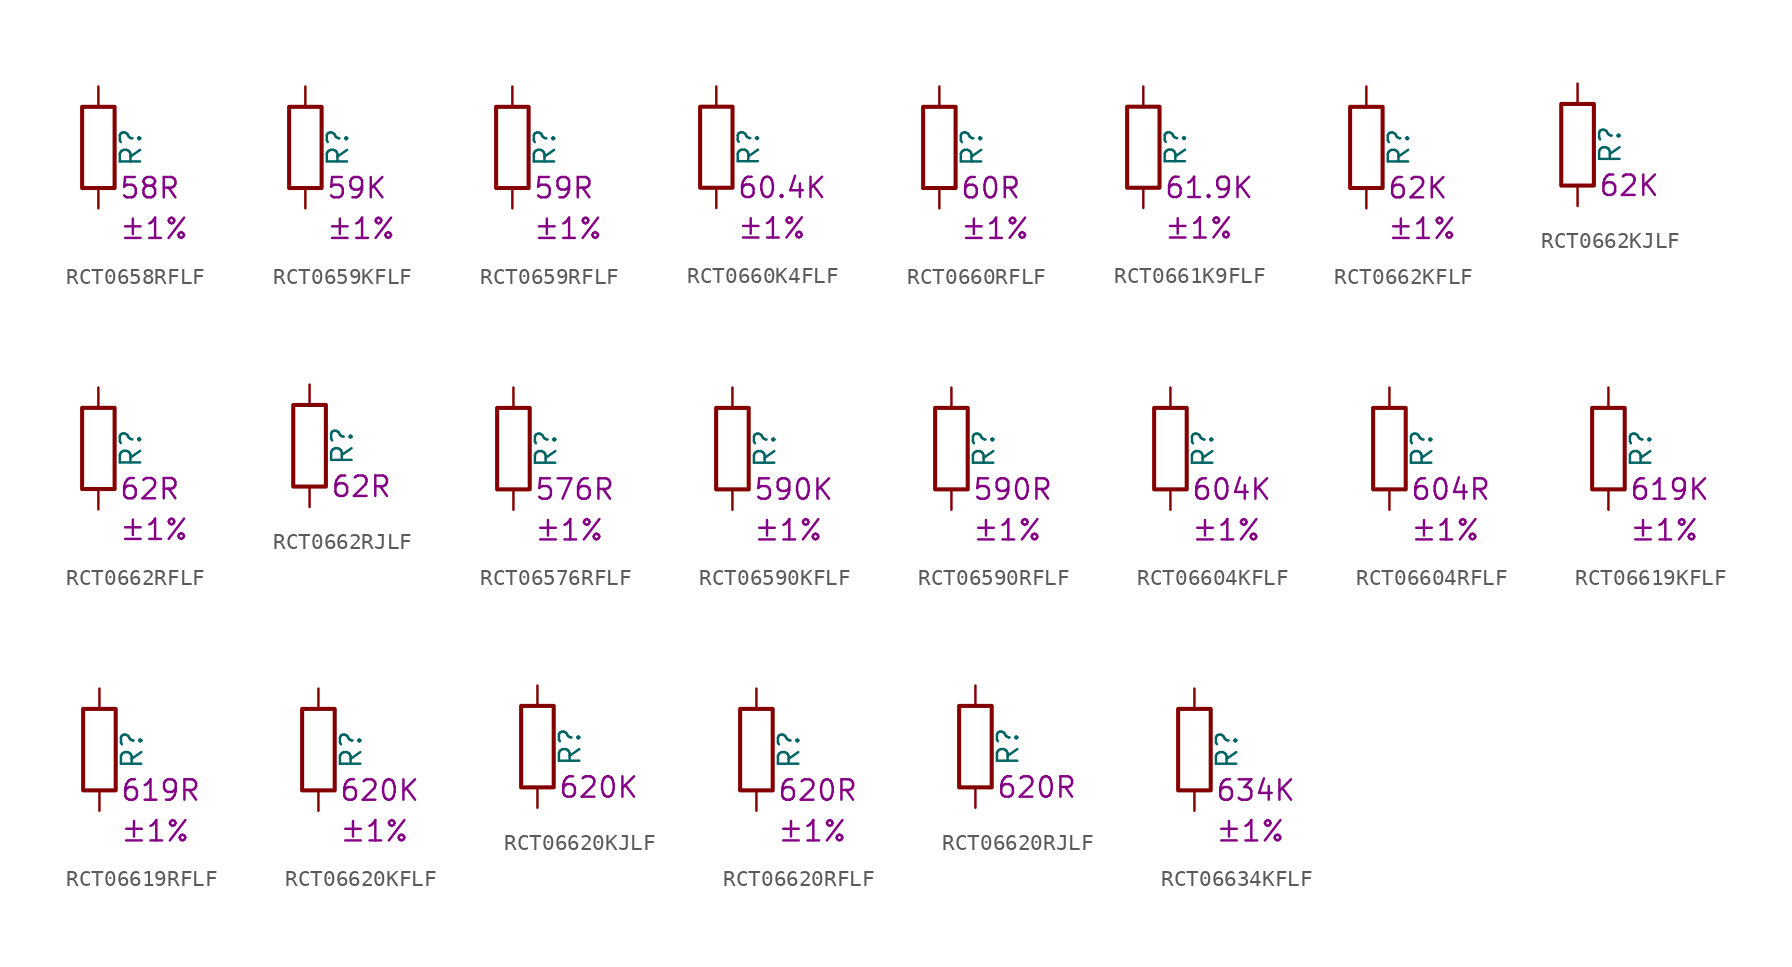
<source format=kicad_sym>
(kicad_symbol_lib
  (version 20220914)
  (generator kicad_symbol_editor)
  (symbol "RCT0658RFLF"
    (pin_numbers hide)
    (pin_names
      (offset 0))
    (property "Reference" "R"
      (at 2.032 0 90)
      (effects (font (size 1.27 1.27))))
    (property "Resistance" "58R"
      (at 1.27 -2.54 0)
      (effects (font (size 1.27 1.27)) (justify left)))
    (property "Tolerance" "±1%"
      (at 1.27 -5.08 0)
      (effects (font (size 1.27 1.27)) (justify left)))
    (symbol "RCT0658RFLF_0_1"
      (rectangle (start -1.016 -2.54) (end 1.016 2.54) (stroke (width 0.254) (type default)) (fill (type none))))
    (symbol "RCT0658RFLF_1_1"
      (pin passive line (at 0 3.81 270) (length 1.27) (name "~" (effects (font (size 1.27 1.27)))) (number "1" (effects (font (size 1.27 1.27)))))
      (pin passive line (at 0 -3.81 90) (length 1.27) (name "~" (effects (font (size 1.27 1.27)))) (number "2" (effects (font (size 1.27 1.27)))))))
  (symbol "RCT0659KFLF"
    (pin_numbers hide)
    (pin_names
      (offset 0))
    (property "Reference" "R"
      (at 2.032 0 90)
      (effects (font (size 1.27 1.27))))
    (property "Resistance" "59K"
      (at 1.27 -2.54 0)
      (effects (font (size 1.27 1.27)) (justify left)))
    (property "Tolerance" "±1%"
      (at 1.27 -5.08 0)
      (effects (font (size 1.27 1.27)) (justify left)))
    (symbol "RCT0659KFLF_0_1"
      (rectangle (start -1.016 -2.54) (end 1.016 2.54) (stroke (width 0.254) (type default)) (fill (type none))))
    (symbol "RCT0659KFLF_1_1"
      (pin passive line (at 0 3.81 270) (length 1.27) (name "~" (effects (font (size 1.27 1.27)))) (number "1" (effects (font (size 1.27 1.27)))))
      (pin passive line (at 0 -3.81 90) (length 1.27) (name "~" (effects (font (size 1.27 1.27)))) (number "2" (effects (font (size 1.27 1.27)))))))
  (symbol "RCT0659RFLF"
    (pin_numbers hide)
    (pin_names
      (offset 0))
    (property "Reference" "R"
      (at 2.032 0 90)
      (effects (font (size 1.27 1.27))))
    (property "Resistance" "59R"
      (at 1.27 -2.54 0)
      (effects (font (size 1.27 1.27)) (justify left)))
    (property "Tolerance" "±1%"
      (at 1.27 -5.08 0)
      (effects (font (size 1.27 1.27)) (justify left)))
    (symbol "RCT0659RFLF_0_1"
      (rectangle (start -1.016 -2.54) (end 1.016 2.54) (stroke (width 0.254) (type default)) (fill (type none))))
    (symbol "RCT0659RFLF_1_1"
      (pin passive line (at 0 3.81 270) (length 1.27) (name "~" (effects (font (size 1.27 1.27)))) (number "1" (effects (font (size 1.27 1.27)))))
      (pin passive line (at 0 -3.81 90) (length 1.27) (name "~" (effects (font (size 1.27 1.27)))) (number "2" (effects (font (size 1.27 1.27)))))))
  (symbol "RCT0660K4FLF"
    (pin_numbers hide)
    (pin_names
      (offset 0))
    (property "Reference" "R"
      (at 2.032 0 90)
      (effects (font (size 1.27 1.27))))
    (property "Resistance" "60.4K"
      (at 1.27 -2.54 0)
      (effects (font (size 1.27 1.27)) (justify left)))
    (property "Tolerance" "±1%"
      (at 1.27 -5.08 0)
      (effects (font (size 1.27 1.27)) (justify left)))
    (symbol "RCT0660K4FLF_0_1"
      (rectangle (start -1.016 -2.54) (end 1.016 2.54) (stroke (width 0.254) (type default)) (fill (type none))))
    (symbol "RCT0660K4FLF_1_1"
      (pin passive line (at 0 3.81 270) (length 1.27) (name "~" (effects (font (size 1.27 1.27)))) (number "1" (effects (font (size 1.27 1.27)))))
      (pin passive line (at 0 -3.81 90) (length 1.27) (name "~" (effects (font (size 1.27 1.27)))) (number "2" (effects (font (size 1.27 1.27)))))))
  (symbol "RCT0660RFLF"
    (pin_numbers hide)
    (pin_names
      (offset 0))
    (property "Reference" "R"
      (at 2.032 0 90)
      (effects (font (size 1.27 1.27))))
    (property "Resistance" "60R"
      (at 1.27 -2.54 0)
      (effects (font (size 1.27 1.27)) (justify left)))
    (property "Tolerance" "±1%"
      (at 1.27 -5.08 0)
      (effects (font (size 1.27 1.27)) (justify left)))
    (symbol "RCT0660RFLF_0_1"
      (rectangle (start -1.016 -2.54) (end 1.016 2.54) (stroke (width 0.254) (type default)) (fill (type none))))
    (symbol "RCT0660RFLF_1_1"
      (pin passive line (at 0 3.81 270) (length 1.27) (name "~" (effects (font (size 1.27 1.27)))) (number "1" (effects (font (size 1.27 1.27)))))
      (pin passive line (at 0 -3.81 90) (length 1.27) (name "~" (effects (font (size 1.27 1.27)))) (number "2" (effects (font (size 1.27 1.27)))))))
  (symbol "RCT0661K9FLF"
    (pin_numbers hide)
    (pin_names
      (offset 0))
    (property "Reference" "R"
      (at 2.032 0 90)
      (effects (font (size 1.27 1.27))))
    (property "Resistance" "61.9K"
      (at 1.27 -2.54 0)
      (effects (font (size 1.27 1.27)) (justify left)))
    (property "Tolerance" "±1%"
      (at 1.27 -5.08 0)
      (effects (font (size 1.27 1.27)) (justify left)))
    (symbol "RCT0661K9FLF_0_1"
      (rectangle (start -1.016 -2.54) (end 1.016 2.54) (stroke (width 0.254) (type default)) (fill (type none))))
    (symbol "RCT0661K9FLF_1_1"
      (pin passive line (at 0 3.81 270) (length 1.27) (name "~" (effects (font (size 1.27 1.27)))) (number "1" (effects (font (size 1.27 1.27)))))
      (pin passive line (at 0 -3.81 90) (length 1.27) (name "~" (effects (font (size 1.27 1.27)))) (number "2" (effects (font (size 1.27 1.27)))))))
  (symbol "RCT0662KFLF"
    (pin_numbers hide)
    (pin_names
      (offset 0))
    (property "Reference" "R"
      (at 2.032 0 90)
      (effects (font (size 1.27 1.27))))
    (property "Resistance" "62K"
      (at 1.27 -2.54 0)
      (effects (font (size 1.27 1.27)) (justify left)))
    (property "Tolerance" "±1%"
      (at 1.27 -5.08 0)
      (effects (font (size 1.27 1.27)) (justify left)))
    (symbol "RCT0662KFLF_0_1"
      (rectangle (start -1.016 -2.54) (end 1.016 2.54) (stroke (width 0.254) (type default)) (fill (type none))))
    (symbol "RCT0662KFLF_1_1"
      (pin passive line (at 0 3.81 270) (length 1.27) (name "~" (effects (font (size 1.27 1.27)))) (number "1" (effects (font (size 1.27 1.27)))))
      (pin passive line (at 0 -3.81 90) (length 1.27) (name "~" (effects (font (size 1.27 1.27)))) (number "2" (effects (font (size 1.27 1.27)))))))
  (symbol "RCT0662KJLF"
    (pin_numbers hide)
    (pin_names
      (offset 0))
    (property "Reference" "R"
      (at 2.032 0 90)
      (effects (font (size 1.27 1.27))))
    (property "Resistance" "62K"
      (at 1.27 -2.54 0)
      (effects (font (size 1.27 1.27)) (justify left)))
    (symbol "RCT0662KJLF_0_1"
      (rectangle (start -1.016 -2.54) (end 1.016 2.54) (stroke (width 0.254) (type default)) (fill (type none))))
    (symbol "RCT0662KJLF_1_1"
      (pin passive line (at 0 3.81 270) (length 1.27) (name "~" (effects (font (size 1.27 1.27)))) (number "1" (effects (font (size 1.27 1.27)))))
      (pin passive line (at 0 -3.81 90) (length 1.27) (name "~" (effects (font (size 1.27 1.27)))) (number "2" (effects (font (size 1.27 1.27)))))))
  (symbol "RCT0662RFLF"
    (pin_numbers hide)
    (pin_names
      (offset 0))
    (property "Reference" "R"
      (at 2.032 0 90)
      (effects (font (size 1.27 1.27))))
    (property "Resistance" "62R"
      (at 1.27 -2.54 0)
      (effects (font (size 1.27 1.27)) (justify left)))
    (property "Tolerance" "±1%"
      (at 1.27 -5.08 0)
      (effects (font (size 1.27 1.27)) (justify left)))
    (symbol "RCT0662RFLF_0_1"
      (rectangle (start -1.016 -2.54) (end 1.016 2.54) (stroke (width 0.254) (type default)) (fill (type none))))
    (symbol "RCT0662RFLF_1_1"
      (pin passive line (at 0 3.81 270) (length 1.27) (name "~" (effects (font (size 1.27 1.27)))) (number "1" (effects (font (size 1.27 1.27)))))
      (pin passive line (at 0 -3.81 90) (length 1.27) (name "~" (effects (font (size 1.27 1.27)))) (number "2" (effects (font (size 1.27 1.27)))))))
  (symbol "RCT0662RJLF"
    (pin_numbers hide)
    (pin_names
      (offset 0))
    (property "Reference" "R"
      (at 2.032 0 90)
      (effects (font (size 1.27 1.27))))
    (property "Resistance" "62R"
      (at 1.27 -2.54 0)
      (effects (font (size 1.27 1.27)) (justify left)))
    (symbol "RCT0662RJLF_0_1"
      (rectangle (start -1.016 -2.54) (end 1.016 2.54) (stroke (width 0.254) (type default)) (fill (type none))))
    (symbol "RCT0662RJLF_1_1"
      (pin passive line (at 0 3.81 270) (length 1.27) (name "~" (effects (font (size 1.27 1.27)))) (number "1" (effects (font (size 1.27 1.27)))))
      (pin passive line (at 0 -3.81 90) (length 1.27) (name "~" (effects (font (size 1.27 1.27)))) (number "2" (effects (font (size 1.27 1.27)))))))
  (symbol "RCT06576RFLF"
    (pin_numbers hide)
    (pin_names
      (offset 0))
    (property "Reference" "R"
      (at 2.032 0 90)
      (effects (font (size 1.27 1.27))))
    (property "Resistance" "576R"
      (at 1.27 -2.54 0)
      (effects (font (size 1.27 1.27)) (justify left)))
    (property "Tolerance" "±1%"
      (at 1.27 -5.08 0)
      (effects (font (size 1.27 1.27)) (justify left)))
    (symbol "RCT06576RFLF_0_1"
      (rectangle (start -1.016 -2.54) (end 1.016 2.54) (stroke (width 0.254) (type default)) (fill (type none))))
    (symbol "RCT06576RFLF_1_1"
      (pin passive line (at 0 3.81 270) (length 1.27) (name "~" (effects (font (size 1.27 1.27)))) (number "1" (effects (font (size 1.27 1.27)))))
      (pin passive line (at 0 -3.81 90) (length 1.27) (name "~" (effects (font (size 1.27 1.27)))) (number "2" (effects (font (size 1.27 1.27)))))))
  (symbol "RCT06590KFLF"
    (pin_numbers hide)
    (pin_names
      (offset 0))
    (property "Reference" "R"
      (at 2.032 0 90)
      (effects (font (size 1.27 1.27))))
    (property "Resistance" "590K"
      (at 1.27 -2.54 0)
      (effects (font (size 1.27 1.27)) (justify left)))
    (property "Tolerance" "±1%"
      (at 1.27 -5.08 0)
      (effects (font (size 1.27 1.27)) (justify left)))
    (symbol "RCT06590KFLF_0_1"
      (rectangle (start -1.016 -2.54) (end 1.016 2.54) (stroke (width 0.254) (type default)) (fill (type none))))
    (symbol "RCT06590KFLF_1_1"
      (pin passive line (at 0 3.81 270) (length 1.27) (name "~" (effects (font (size 1.27 1.27)))) (number "1" (effects (font (size 1.27 1.27)))))
      (pin passive line (at 0 -3.81 90) (length 1.27) (name "~" (effects (font (size 1.27 1.27)))) (number "2" (effects (font (size 1.27 1.27)))))))
  (symbol "RCT06590RFLF"
    (pin_numbers hide)
    (pin_names
      (offset 0))
    (property "Reference" "R"
      (at 2.032 0 90)
      (effects (font (size 1.27 1.27))))
    (property "Resistance" "590R"
      (at 1.27 -2.54 0)
      (effects (font (size 1.27 1.27)) (justify left)))
    (property "Tolerance" "±1%"
      (at 1.27 -5.08 0)
      (effects (font (size 1.27 1.27)) (justify left)))
    (symbol "RCT06590RFLF_0_1"
      (rectangle (start -1.016 -2.54) (end 1.016 2.54) (stroke (width 0.254) (type default)) (fill (type none))))
    (symbol "RCT06590RFLF_1_1"
      (pin passive line (at 0 3.81 270) (length 1.27) (name "~" (effects (font (size 1.27 1.27)))) (number "1" (effects (font (size 1.27 1.27)))))
      (pin passive line (at 0 -3.81 90) (length 1.27) (name "~" (effects (font (size 1.27 1.27)))) (number "2" (effects (font (size 1.27 1.27)))))))
  (symbol "RCT06604KFLF"
    (pin_numbers hide)
    (pin_names
      (offset 0))
    (property "Reference" "R"
      (at 2.032 0 90)
      (effects (font (size 1.27 1.27))))
    (property "Resistance" "604K"
      (at 1.27 -2.54 0)
      (effects (font (size 1.27 1.27)) (justify left)))
    (property "Tolerance" "±1%"
      (at 1.27 -5.08 0)
      (effects (font (size 1.27 1.27)) (justify left)))
    (symbol "RCT06604KFLF_0_1"
      (rectangle (start -1.016 -2.54) (end 1.016 2.54) (stroke (width 0.254) (type default)) (fill (type none))))
    (symbol "RCT06604KFLF_1_1"
      (pin passive line (at 0 3.81 270) (length 1.27) (name "~" (effects (font (size 1.27 1.27)))) (number "1" (effects (font (size 1.27 1.27)))))
      (pin passive line (at 0 -3.81 90) (length 1.27) (name "~" (effects (font (size 1.27 1.27)))) (number "2" (effects (font (size 1.27 1.27)))))))
  (symbol "RCT06604RFLF"
    (pin_numbers hide)
    (pin_names
      (offset 0))
    (property "Reference" "R"
      (at 2.032 0 90)
      (effects (font (size 1.27 1.27))))
    (property "Resistance" "604R"
      (at 1.27 -2.54 0)
      (effects (font (size 1.27 1.27)) (justify left)))
    (property "Tolerance" "±1%"
      (at 1.27 -5.08 0)
      (effects (font (size 1.27 1.27)) (justify left)))
    (symbol "RCT06604RFLF_0_1"
      (rectangle (start -1.016 -2.54) (end 1.016 2.54) (stroke (width 0.254) (type default)) (fill (type none))))
    (symbol "RCT06604RFLF_1_1"
      (pin passive line (at 0 3.81 270) (length 1.27) (name "~" (effects (font (size 1.27 1.27)))) (number "1" (effects (font (size 1.27 1.27)))))
      (pin passive line (at 0 -3.81 90) (length 1.27) (name "~" (effects (font (size 1.27 1.27)))) (number "2" (effects (font (size 1.27 1.27)))))))
  (symbol "RCT06619KFLF"
    (pin_numbers hide)
    (pin_names
      (offset 0))
    (property "Reference" "R"
      (at 2.032 0 90)
      (effects (font (size 1.27 1.27))))
    (property "Resistance" "619K"
      (at 1.27 -2.54 0)
      (effects (font (size 1.27 1.27)) (justify left)))
    (property "Tolerance" "±1%"
      (at 1.27 -5.08 0)
      (effects (font (size 1.27 1.27)) (justify left)))
    (symbol "RCT06619KFLF_0_1"
      (rectangle (start -1.016 -2.54) (end 1.016 2.54) (stroke (width 0.254) (type default)) (fill (type none))))
    (symbol "RCT06619KFLF_1_1"
      (pin passive line (at 0 3.81 270) (length 1.27) (name "~" (effects (font (size 1.27 1.27)))) (number "1" (effects (font (size 1.27 1.27)))))
      (pin passive line (at 0 -3.81 90) (length 1.27) (name "~" (effects (font (size 1.27 1.27)))) (number "2" (effects (font (size 1.27 1.27)))))))
  (symbol "RCT06619RFLF"
    (pin_numbers hide)
    (pin_names
      (offset 0))
    (property "Reference" "R"
      (at 2.032 0 90)
      (effects (font (size 1.27 1.27))))
    (property "Resistance" "619R"
      (at 1.27 -2.54 0)
      (effects (font (size 1.27 1.27)) (justify left)))
    (property "Tolerance" "±1%"
      (at 1.27 -5.08 0)
      (effects (font (size 1.27 1.27)) (justify left)))
    (symbol "RCT06619RFLF_0_1"
      (rectangle (start -1.016 -2.54) (end 1.016 2.54) (stroke (width 0.254) (type default)) (fill (type none))))
    (symbol "RCT06619RFLF_1_1"
      (pin passive line (at 0 3.81 270) (length 1.27) (name "~" (effects (font (size 1.27 1.27)))) (number "1" (effects (font (size 1.27 1.27)))))
      (pin passive line (at 0 -3.81 90) (length 1.27) (name "~" (effects (font (size 1.27 1.27)))) (number "2" (effects (font (size 1.27 1.27)))))))
  (symbol "RCT06620KFLF"
    (pin_numbers hide)
    (pin_names
      (offset 0))
    (property "Reference" "R"
      (at 2.032 0 90)
      (effects (font (size 1.27 1.27))))
    (property "Resistance" "620K"
      (at 1.27 -2.54 0)
      (effects (font (size 1.27 1.27)) (justify left)))
    (property "Tolerance" "±1%"
      (at 1.27 -5.08 0)
      (effects (font (size 1.27 1.27)) (justify left)))
    (symbol "RCT06620KFLF_0_1"
      (rectangle (start -1.016 -2.54) (end 1.016 2.54) (stroke (width 0.254) (type default)) (fill (type none))))
    (symbol "RCT06620KFLF_1_1"
      (pin passive line (at 0 3.81 270) (length 1.27) (name "~" (effects (font (size 1.27 1.27)))) (number "1" (effects (font (size 1.27 1.27)))))
      (pin passive line (at 0 -3.81 90) (length 1.27) (name "~" (effects (font (size 1.27 1.27)))) (number "2" (effects (font (size 1.27 1.27)))))))
  (symbol "RCT06620KJLF"
    (pin_numbers hide)
    (pin_names
      (offset 0))
    (property "Reference" "R"
      (at 2.032 0 90)
      (effects (font (size 1.27 1.27))))
    (property "Resistance" "620K"
      (at 1.27 -2.54 0)
      (effects (font (size 1.27 1.27)) (justify left)))
    (symbol "RCT06620KJLF_0_1"
      (rectangle (start -1.016 -2.54) (end 1.016 2.54) (stroke (width 0.254) (type default)) (fill (type none))))
    (symbol "RCT06620KJLF_1_1"
      (pin passive line (at 0 3.81 270) (length 1.27) (name "~" (effects (font (size 1.27 1.27)))) (number "1" (effects (font (size 1.27 1.27)))))
      (pin passive line (at 0 -3.81 90) (length 1.27) (name "~" (effects (font (size 1.27 1.27)))) (number "2" (effects (font (size 1.27 1.27)))))))
  (symbol "RCT06620RFLF"
    (pin_numbers hide)
    (pin_names
      (offset 0))
    (property "Reference" "R"
      (at 2.032 0 90)
      (effects (font (size 1.27 1.27))))
    (property "Resistance" "620R"
      (at 1.27 -2.54 0)
      (effects (font (size 1.27 1.27)) (justify left)))
    (property "Tolerance" "±1%"
      (at 1.27 -5.08 0)
      (effects (font (size 1.27 1.27)) (justify left)))
    (symbol "RCT06620RFLF_0_1"
      (rectangle (start -1.016 -2.54) (end 1.016 2.54) (stroke (width 0.254) (type default)) (fill (type none))))
    (symbol "RCT06620RFLF_1_1"
      (pin passive line (at 0 3.81 270) (length 1.27) (name "~" (effects (font (size 1.27 1.27)))) (number "1" (effects (font (size 1.27 1.27)))))
      (pin passive line (at 0 -3.81 90) (length 1.27) (name "~" (effects (font (size 1.27 1.27)))) (number "2" (effects (font (size 1.27 1.27)))))))
  (symbol "RCT06620RJLF"
    (pin_numbers hide)
    (pin_names
      (offset 0))
    (property "Reference" "R"
      (at 2.032 0 90)
      (effects (font (size 1.27 1.27))))
    (property "Resistance" "620R"
      (at 1.27 -2.54 0)
      (effects (font (size 1.27 1.27)) (justify left)))
    (symbol "RCT06620RJLF_0_1"
      (rectangle (start -1.016 -2.54) (end 1.016 2.54) (stroke (width 0.254) (type default)) (fill (type none))))
    (symbol "RCT06620RJLF_1_1"
      (pin passive line (at 0 3.81 270) (length 1.27) (name "~" (effects (font (size 1.27 1.27)))) (number "1" (effects (font (size 1.27 1.27)))))
      (pin passive line (at 0 -3.81 90) (length 1.27) (name "~" (effects (font (size 1.27 1.27)))) (number "2" (effects (font (size 1.27 1.27)))))))
  (symbol "RCT06634KFLF"
    (pin_numbers hide)
    (pin_names
      (offset 0))
    (property "Reference" "R"
      (at 2.032 0 90)
      (effects (font (size 1.27 1.27))))
    (property "Resistance" "634K"
      (at 1.27 -2.54 0)
      (effects (font (size 1.27 1.27)) (justify left)))
    (property "Tolerance" "±1%"
      (at 1.27 -5.08 0)
      (effects (font (size 1.27 1.27)) (justify left)))
    (symbol "RCT06634KFLF_0_1"
      (rectangle (start -1.016 -2.54) (end 1.016 2.54) (stroke (width 0.254) (type default)) (fill (type none))))
    (symbol "RCT06634KFLF_1_1"
      (pin passive line (at 0 3.81 270) (length 1.27) (name "~" (effects (font (size 1.27 1.27)))) (number "1" (effects (font (size 1.27 1.27)))))
      (pin passive line (at 0 -3.81 90) (length 1.27) (name "~" (effects (font (size 1.27 1.27)))) (number "2" (effects (font (size 1.27 1.27))))))))
</source>
